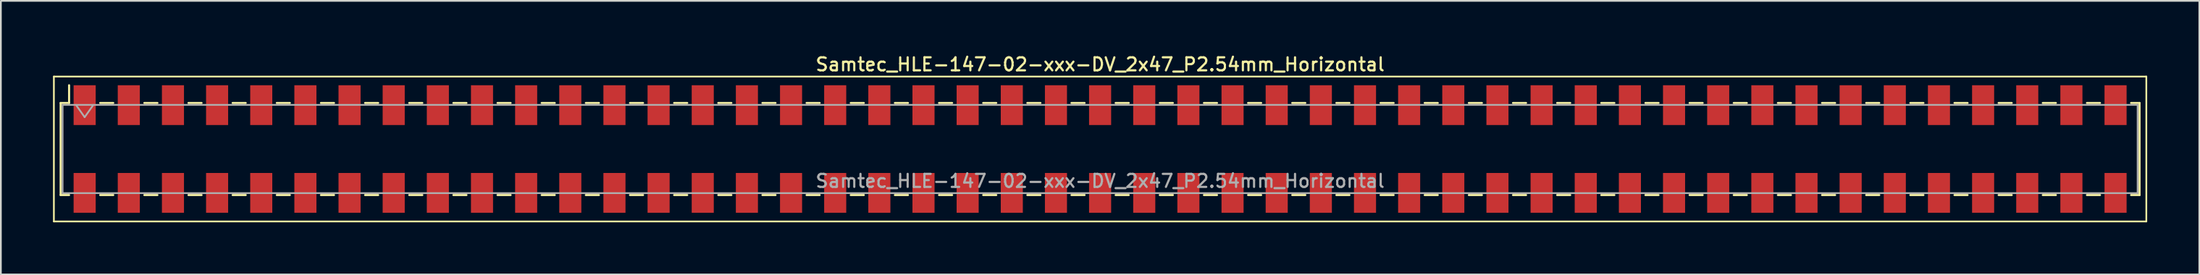
<source format=kicad_pcb>
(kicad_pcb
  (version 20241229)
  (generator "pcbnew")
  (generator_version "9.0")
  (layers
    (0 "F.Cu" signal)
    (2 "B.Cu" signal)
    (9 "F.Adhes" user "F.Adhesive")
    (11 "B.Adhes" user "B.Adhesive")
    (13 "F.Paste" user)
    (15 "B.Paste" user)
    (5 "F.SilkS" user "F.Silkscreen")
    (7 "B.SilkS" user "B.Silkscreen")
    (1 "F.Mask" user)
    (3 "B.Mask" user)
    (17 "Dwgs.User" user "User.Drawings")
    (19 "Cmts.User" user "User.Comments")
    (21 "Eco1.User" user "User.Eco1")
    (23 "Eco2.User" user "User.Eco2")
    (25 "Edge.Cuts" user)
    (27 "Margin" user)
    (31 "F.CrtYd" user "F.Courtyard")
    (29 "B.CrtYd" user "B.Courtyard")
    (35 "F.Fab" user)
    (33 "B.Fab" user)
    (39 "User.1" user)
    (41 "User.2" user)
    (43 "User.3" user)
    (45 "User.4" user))
  (footprint "Samtec_HLE-147-02-xxx-DV_2x47_P2.54mm_Horizontal"
    (layer "F.Cu")
    (at 60.24 5.528)
    (property "Reference" "Samtec_HLE-147-02-xxx-DV_2x47_P2.54mm_Horizontal" (at 0 -4.87 0) (layer "F.SilkS") (effects (font (size 0.75 0.75) (thickness 0.125))))
    (attr smd)
    (fp_line (start -60.19 -4.17) (end 60.19 -4.17) (stroke (width 0.1) (type solid)) (layer "F.SilkS"))
    (fp_line (start -60.19 4.17) (end -60.19 -4.17) (stroke (width 0.1) (type solid)) (layer "F.SilkS"))
    (fp_line (start -59.8 -2.65) (end -59.8 2.65) (stroke (width 0.12) (type solid)) (layer "F.SilkS"))
    (fp_line (start -59.8 2.65) (end -59.315 2.65) (stroke (width 0.12) (type solid)) (layer "F.SilkS"))
    (fp_line (start -59.315 -3.67) (end -59.315 -2.65) (stroke (width 0.12) (type solid)) (layer "F.SilkS"))
    (fp_line (start -59.315 -2.65) (end -59.8 -2.65) (stroke (width 0.12) (type solid)) (layer "F.SilkS"))
    (fp_line (start -57.525 -2.65) (end -56.775 -2.65) (stroke (width 0.12) (type solid)) (layer "F.SilkS"))
    (fp_line (start -57.525 2.65) (end -56.775 2.65) (stroke (width 0.12) (type solid)) (layer "F.SilkS"))
    (fp_line (start -54.985 -2.65) (end -54.235 -2.65) (stroke (width 0.12) (type solid)) (layer "F.SilkS"))
    (fp_line (start -54.985 2.65) (end -54.235 2.65) (stroke (width 0.12) (type solid)) (layer "F.SilkS"))
    (fp_line (start -52.445 -2.65) (end -51.695 -2.65) (stroke (width 0.12) (type solid)) (layer "F.SilkS"))
    (fp_line (start -52.445 2.65) (end -51.695 2.65) (stroke (width 0.12) (type solid)) (layer "F.SilkS"))
    (fp_line (start -49.905 -2.65) (end -49.155 -2.65) (stroke (width 0.12) (type solid)) (layer "F.SilkS"))
    (fp_line (start -49.905 2.65) (end -49.155 2.65) (stroke (width 0.12) (type solid)) (layer "F.SilkS"))
    (fp_line (start -47.365 -2.65) (end -46.615 -2.65) (stroke (width 0.12) (type solid)) (layer "F.SilkS"))
    (fp_line (start -47.365 2.65) (end -46.615 2.65) (stroke (width 0.12) (type solid)) (layer "F.SilkS"))
    (fp_line (start -44.825 -2.65) (end -44.075 -2.65) (stroke (width 0.12) (type solid)) (layer "F.SilkS"))
    (fp_line (start -44.825 2.65) (end -44.075 2.65) (stroke (width 0.12) (type solid)) (layer "F.SilkS"))
    (fp_line (start -42.285 -2.65) (end -41.535 -2.65) (stroke (width 0.12) (type solid)) (layer "F.SilkS"))
    (fp_line (start -42.285 2.65) (end -41.535 2.65) (stroke (width 0.12) (type solid)) (layer "F.SilkS"))
    (fp_line (start -39.745 -2.65) (end -38.995 -2.65) (stroke (width 0.12) (type solid)) (layer "F.SilkS"))
    (fp_line (start -39.745 2.65) (end -38.995 2.65) (stroke (width 0.12) (type solid)) (layer "F.SilkS"))
    (fp_line (start -37.205 -2.65) (end -36.455 -2.65) (stroke (width 0.12) (type solid)) (layer "F.SilkS"))
    (fp_line (start -37.205 2.65) (end -36.455 2.65) (stroke (width 0.12) (type solid)) (layer "F.SilkS"))
    (fp_line (start -34.665 -2.65) (end -33.915 -2.65) (stroke (width 0.12) (type solid)) (layer "F.SilkS"))
    (fp_line (start -34.665 2.65) (end -33.915 2.65) (stroke (width 0.12) (type solid)) (layer "F.SilkS"))
    (fp_line (start -32.125 -2.65) (end -31.375 -2.65) (stroke (width 0.12) (type solid)) (layer "F.SilkS"))
    (fp_line (start -32.125 2.65) (end -31.375 2.65) (stroke (width 0.12) (type solid)) (layer "F.SilkS"))
    (fp_line (start -29.585 -2.65) (end -28.835 -2.65) (stroke (width 0.12) (type solid)) (layer "F.SilkS"))
    (fp_line (start -29.585 2.65) (end -28.835 2.65) (stroke (width 0.12) (type solid)) (layer "F.SilkS"))
    (fp_line (start -27.045 -2.65) (end -26.295 -2.65) (stroke (width 0.12) (type solid)) (layer "F.SilkS"))
    (fp_line (start -27.045 2.65) (end -26.295 2.65) (stroke (width 0.12) (type solid)) (layer "F.SilkS"))
    (fp_line (start -24.505 -2.65) (end -23.755 -2.65) (stroke (width 0.12) (type solid)) (layer "F.SilkS"))
    (fp_line (start -24.505 2.65) (end -23.755 2.65) (stroke (width 0.12) (type solid)) (layer "F.SilkS"))
    (fp_line (start -21.965 -2.65) (end -21.215 -2.65) (stroke (width 0.12) (type solid)) (layer "F.SilkS"))
    (fp_line (start -21.965 2.65) (end -21.215 2.65) (stroke (width 0.12) (type solid)) (layer "F.SilkS"))
    (fp_line (start -19.425 -2.65) (end -18.675 -2.65) (stroke (width 0.12) (type solid)) (layer "F.SilkS"))
    (fp_line (start -19.425 2.65) (end -18.675 2.65) (stroke (width 0.12) (type solid)) (layer "F.SilkS"))
    (fp_line (start -16.885 -2.65) (end -16.135 -2.65) (stroke (width 0.12) (type solid)) (layer "F.SilkS"))
    (fp_line (start -16.885 2.65) (end -16.135 2.65) (stroke (width 0.12) (type solid)) (layer "F.SilkS"))
    (fp_line (start -14.345 -2.65) (end -13.595 -2.65) (stroke (width 0.12) (type solid)) (layer "F.SilkS"))
    (fp_line (start -14.345 2.65) (end -13.595 2.65) (stroke (width 0.12) (type solid)) (layer "F.SilkS"))
    (fp_line (start -11.805 -2.65) (end -11.055 -2.65) (stroke (width 0.12) (type solid)) (layer "F.SilkS"))
    (fp_line (start -11.805 2.65) (end -11.055 2.65) (stroke (width 0.12) (type solid)) (layer "F.SilkS"))
    (fp_line (start -9.265 -2.65) (end -8.515 -2.65) (stroke (width 0.12) (type solid)) (layer "F.SilkS"))
    (fp_line (start -9.265 2.65) (end -8.515 2.65) (stroke (width 0.12) (type solid)) (layer "F.SilkS"))
    (fp_line (start -6.725 -2.65) (end -5.975 -2.65) (stroke (width 0.12) (type solid)) (layer "F.SilkS"))
    (fp_line (start -6.725 2.65) (end -5.975 2.65) (stroke (width 0.12) (type solid)) (layer "F.SilkS"))
    (fp_line (start -4.185 -2.65) (end -3.435 -2.65) (stroke (width 0.12) (type solid)) (layer "F.SilkS"))
    (fp_line (start -4.185 2.65) (end -3.435 2.65) (stroke (width 0.12) (type solid)) (layer "F.SilkS"))
    (fp_line (start -1.645 -2.65) (end -0.895 -2.65) (stroke (width 0.12) (type solid)) (layer "F.SilkS"))
    (fp_line (start -1.645 2.65) (end -0.895 2.65) (stroke (width 0.12) (type solid)) (layer "F.SilkS"))
    (fp_line (start 0.895 -2.65) (end 1.645 -2.65) (stroke (width 0.12) (type solid)) (layer "F.SilkS"))
    (fp_line (start 0.895 2.65) (end 1.645 2.65) (stroke (width 0.12) (type solid)) (layer "F.SilkS"))
    (fp_line (start 3.435 -2.65) (end 4.185 -2.65) (stroke (width 0.12) (type solid)) (layer "F.SilkS"))
    (fp_line (start 3.435 2.65) (end 4.185 2.65) (stroke (width 0.12) (type solid)) (layer "F.SilkS"))
    (fp_line (start 5.975 -2.65) (end 6.725 -2.65) (stroke (width 0.12) (type solid)) (layer "F.SilkS"))
    (fp_line (start 5.975 2.65) (end 6.725 2.65) (stroke (width 0.12) (type solid)) (layer "F.SilkS"))
    (fp_line (start 8.515 -2.65) (end 9.265 -2.65) (stroke (width 0.12) (type solid)) (layer "F.SilkS"))
    (fp_line (start 8.515 2.65) (end 9.265 2.65) (stroke (width 0.12) (type solid)) (layer "F.SilkS"))
    (fp_line (start 11.055 -2.65) (end 11.805 -2.65) (stroke (width 0.12) (type solid)) (layer "F.SilkS"))
    (fp_line (start 11.055 2.65) (end 11.805 2.65) (stroke (width 0.12) (type solid)) (layer "F.SilkS"))
    (fp_line (start 13.595 -2.65) (end 14.345 -2.65) (stroke (width 0.12) (type solid)) (layer "F.SilkS"))
    (fp_line (start 13.595 2.65) (end 14.345 2.65) (stroke (width 0.12) (type solid)) (layer "F.SilkS"))
    (fp_line (start 16.135 -2.65) (end 16.885 -2.65) (stroke (width 0.12) (type solid)) (layer "F.SilkS"))
    (fp_line (start 16.135 2.65) (end 16.885 2.65) (stroke (width 0.12) (type solid)) (layer "F.SilkS"))
    (fp_line (start 18.675 -2.65) (end 19.425 -2.65) (stroke (width 0.12) (type solid)) (layer "F.SilkS"))
    (fp_line (start 18.675 2.65) (end 19.425 2.65) (stroke (width 0.12) (type solid)) (layer "F.SilkS"))
    (fp_line (start 21.215 -2.65) (end 21.965 -2.65) (stroke (width 0.12) (type solid)) (layer "F.SilkS"))
    (fp_line (start 21.215 2.65) (end 21.965 2.65) (stroke (width 0.12) (type solid)) (layer "F.SilkS"))
    (fp_line (start 23.755 -2.65) (end 24.505 -2.65) (stroke (width 0.12) (type solid)) (layer "F.SilkS"))
    (fp_line (start 23.755 2.65) (end 24.505 2.65) (stroke (width 0.12) (type solid)) (layer "F.SilkS"))
    (fp_line (start 26.295 -2.65) (end 27.045 -2.65) (stroke (width 0.12) (type solid)) (layer "F.SilkS"))
    (fp_line (start 26.295 2.65) (end 27.045 2.65) (stroke (width 0.12) (type solid)) (layer "F.SilkS"))
    (fp_line (start 28.835 -2.65) (end 29.585 -2.65) (stroke (width 0.12) (type solid)) (layer "F.SilkS"))
    (fp_line (start 28.835 2.65) (end 29.585 2.65) (stroke (width 0.12) (type solid)) (layer "F.SilkS"))
    (fp_line (start 31.375 -2.65) (end 32.125 -2.65) (stroke (width 0.12) (type solid)) (layer "F.SilkS"))
    (fp_line (start 31.375 2.65) (end 32.125 2.65) (stroke (width 0.12) (type solid)) (layer "F.SilkS"))
    (fp_line (start 33.915 -2.65) (end 34.665 -2.65) (stroke (width 0.12) (type solid)) (layer "F.SilkS"))
    (fp_line (start 33.915 2.65) (end 34.665 2.65) (stroke (width 0.12) (type solid)) (layer "F.SilkS"))
    (fp_line (start 36.455 -2.65) (end 37.205 -2.65) (stroke (width 0.12) (type solid)) (layer "F.SilkS"))
    (fp_line (start 36.455 2.65) (end 37.205 2.65) (stroke (width 0.12) (type solid)) (layer "F.SilkS"))
    (fp_line (start 38.995 -2.65) (end 39.745 -2.65) (stroke (width 0.12) (type solid)) (layer "F.SilkS"))
    (fp_line (start 38.995 2.65) (end 39.745 2.65) (stroke (width 0.12) (type solid)) (layer "F.SilkS"))
    (fp_line (start 41.535 -2.65) (end 42.285 -2.65) (stroke (width 0.12) (type solid)) (layer "F.SilkS"))
    (fp_line (start 41.535 2.65) (end 42.285 2.65) (stroke (width 0.12) (type solid)) (layer "F.SilkS"))
    (fp_line (start 44.075 -2.65) (end 44.825 -2.65) (stroke (width 0.12) (type solid)) (layer "F.SilkS"))
    (fp_line (start 44.075 2.65) (end 44.825 2.65) (stroke (width 0.12) (type solid)) (layer "F.SilkS"))
    (fp_line (start 46.615 -2.65) (end 47.365 -2.65) (stroke (width 0.12) (type solid)) (layer "F.SilkS"))
    (fp_line (start 46.615 2.65) (end 47.365 2.65) (stroke (width 0.12) (type solid)) (layer "F.SilkS"))
    (fp_line (start 49.155 -2.65) (end 49.905 -2.65) (stroke (width 0.12) (type solid)) (layer "F.SilkS"))
    (fp_line (start 49.155 2.65) (end 49.905 2.65) (stroke (width 0.12) (type solid)) (layer "F.SilkS"))
    (fp_line (start 51.695 -2.65) (end 52.445 -2.65) (stroke (width 0.12) (type solid)) (layer "F.SilkS"))
    (fp_line (start 51.695 2.65) (end 52.445 2.65) (stroke (width 0.12) (type solid)) (layer "F.SilkS"))
    (fp_line (start 54.235 -2.65) (end 54.985 -2.65) (stroke (width 0.12) (type solid)) (layer "F.SilkS"))
    (fp_line (start 54.235 2.65) (end 54.985 2.65) (stroke (width 0.12) (type solid)) (layer "F.SilkS"))
    (fp_line (start 56.775 -2.65) (end 57.525 -2.65) (stroke (width 0.12) (type solid)) (layer "F.SilkS"))
    (fp_line (start 56.775 2.65) (end 57.525 2.65) (stroke (width 0.12) (type solid)) (layer "F.SilkS"))
    (fp_line (start 59.315 -2.65) (end 59.8 -2.65) (stroke (width 0.12) (type solid)) (layer "F.SilkS"))
    (fp_line (start 59.8 -2.65) (end 59.8 2.65) (stroke (width 0.12) (type solid)) (layer "F.SilkS"))
    (fp_line (start 59.8 2.65) (end 59.315 2.65) (stroke (width 0.12) (type solid)) (layer "F.SilkS"))
    (fp_line (start 60.19 -4.17) (end 60.19 4.17) (stroke (width 0.1) (type solid)) (layer "F.SilkS"))
    (fp_line (start 60.19 4.17) (end -60.19 4.17) (stroke (width 0.1) (type solid)) (layer "F.SilkS"))
    (fp_line (start -59.69 -2.54) (end 59.69 -2.54) (stroke (width 0.1) (type solid)) (layer "F.Fab"))
    (fp_line (start -59.69 2.54) (end -59.69 -2.54) (stroke (width 0.1) (type solid)) (layer "F.Fab"))
    (fp_line (start -58.92 -2.54) (end -58.42 -1.833) (stroke (width 0.1) (type solid)) (layer "F.Fab"))
    (fp_line (start -58.42 -1.833) (end -57.92 -2.54) (stroke (width 0.1) (type solid)) (layer "F.Fab"))
    (fp_line (start 59.69 -2.54) (end 59.69 2.54) (stroke (width 0.1) (type solid)) (layer "F.Fab"))
    (fp_line (start 59.69 2.54) (end -59.69 2.54) (stroke (width 0.1) (type solid)) (layer "F.Fab"))
    (fp_text user "${REFERENCE}" (at 0 1.84 0) (layer "F.Fab") (effects (font (size 0.75 0.75) (thickness 0.125))))
    (pad "1" smd rect (at -58.42 -2.525) (size 1.27 2.29) (layers "F.Cu" "F.Mask" "F.Paste"))
    (pad "2" smd rect (at -58.42 2.525) (size 1.27 2.29) (layers "F.Cu" "F.Mask" "F.Paste"))
    (pad "3" smd rect (at -55.88 -2.525) (size 1.27 2.29) (layers "F.Cu" "F.Mask" "F.Paste"))
    (pad "4" smd rect (at -55.88 2.525) (size 1.27 2.29) (layers "F.Cu" "F.Mask" "F.Paste"))
    (pad "5" smd rect (at -53.34 -2.525) (size 1.27 2.29) (layers "F.Cu" "F.Mask" "F.Paste"))
    (pad "6" smd rect (at -53.34 2.525) (size 1.27 2.29) (layers "F.Cu" "F.Mask" "F.Paste"))
    (pad "7" smd rect (at -50.8 -2.525) (size 1.27 2.29) (layers "F.Cu" "F.Mask" "F.Paste"))
    (pad "8" smd rect (at -50.8 2.525) (size 1.27 2.29) (layers "F.Cu" "F.Mask" "F.Paste"))
    (pad "9" smd rect (at -48.26 -2.525) (size 1.27 2.29) (layers "F.Cu" "F.Mask" "F.Paste"))
    (pad "10" smd rect (at -48.26 2.525) (size 1.27 2.29) (layers "F.Cu" "F.Mask" "F.Paste"))
    (pad "11" smd rect (at -45.72 -2.525) (size 1.27 2.29) (layers "F.Cu" "F.Mask" "F.Paste"))
    (pad "12" smd rect (at -45.72 2.525) (size 1.27 2.29) (layers "F.Cu" "F.Mask" "F.Paste"))
    (pad "13" smd rect (at -43.18 -2.525) (size 1.27 2.29) (layers "F.Cu" "F.Mask" "F.Paste"))
    (pad "14" smd rect (at -43.18 2.525) (size 1.27 2.29) (layers "F.Cu" "F.Mask" "F.Paste"))
    (pad "15" smd rect (at -40.64 -2.525) (size 1.27 2.29) (layers "F.Cu" "F.Mask" "F.Paste"))
    (pad "16" smd rect (at -40.64 2.525) (size 1.27 2.29) (layers "F.Cu" "F.Mask" "F.Paste"))
    (pad "17" smd rect (at -38.1 -2.525) (size 1.27 2.29) (layers "F.Cu" "F.Mask" "F.Paste"))
    (pad "18" smd rect (at -38.1 2.525) (size 1.27 2.29) (layers "F.Cu" "F.Mask" "F.Paste"))
    (pad "19" smd rect (at -35.56 -2.525) (size 1.27 2.29) (layers "F.Cu" "F.Mask" "F.Paste"))
    (pad "20" smd rect (at -35.56 2.525) (size 1.27 2.29) (layers "F.Cu" "F.Mask" "F.Paste"))
    (pad "21" smd rect (at -33.02 -2.525) (size 1.27 2.29) (layers "F.Cu" "F.Mask" "F.Paste"))
    (pad "22" smd rect (at -33.02 2.525) (size 1.27 2.29) (layers "F.Cu" "F.Mask" "F.Paste"))
    (pad "23" smd rect (at -30.48 -2.525) (size 1.27 2.29) (layers "F.Cu" "F.Mask" "F.Paste"))
    (pad "24" smd rect (at -30.48 2.525) (size 1.27 2.29) (layers "F.Cu" "F.Mask" "F.Paste"))
    (pad "25" smd rect (at -27.94 -2.525) (size 1.27 2.29) (layers "F.Cu" "F.Mask" "F.Paste"))
    (pad "26" smd rect (at -27.94 2.525) (size 1.27 2.29) (layers "F.Cu" "F.Mask" "F.Paste"))
    (pad "27" smd rect (at -25.4 -2.525) (size 1.27 2.29) (layers "F.Cu" "F.Mask" "F.Paste"))
    (pad "28" smd rect (at -25.4 2.525) (size 1.27 2.29) (layers "F.Cu" "F.Mask" "F.Paste"))
    (pad "29" smd rect (at -22.86 -2.525) (size 1.27 2.29) (layers "F.Cu" "F.Mask" "F.Paste"))
    (pad "30" smd rect (at -22.86 2.525) (size 1.27 2.29) (layers "F.Cu" "F.Mask" "F.Paste"))
    (pad "31" smd rect (at -20.32 -2.525) (size 1.27 2.29) (layers "F.Cu" "F.Mask" "F.Paste"))
    (pad "32" smd rect (at -20.32 2.525) (size 1.27 2.29) (layers "F.Cu" "F.Mask" "F.Paste"))
    (pad "33" smd rect (at -17.78 -2.525) (size 1.27 2.29) (layers "F.Cu" "F.Mask" "F.Paste"))
    (pad "34" smd rect (at -17.78 2.525) (size 1.27 2.29) (layers "F.Cu" "F.Mask" "F.Paste"))
    (pad "35" smd rect (at -15.24 -2.525) (size 1.27 2.29) (layers "F.Cu" "F.Mask" "F.Paste"))
    (pad "36" smd rect (at -15.24 2.525) (size 1.27 2.29) (layers "F.Cu" "F.Mask" "F.Paste"))
    (pad "37" smd rect (at -12.7 -2.525) (size 1.27 2.29) (layers "F.Cu" "F.Mask" "F.Paste"))
    (pad "38" smd rect (at -12.7 2.525) (size 1.27 2.29) (layers "F.Cu" "F.Mask" "F.Paste"))
    (pad "39" smd rect (at -10.16 -2.525) (size 1.27 2.29) (layers "F.Cu" "F.Mask" "F.Paste"))
    (pad "40" smd rect (at -10.16 2.525) (size 1.27 2.29) (layers "F.Cu" "F.Mask" "F.Paste"))
    (pad "41" smd rect (at -7.62 -2.525) (size 1.27 2.29) (layers "F.Cu" "F.Mask" "F.Paste"))
    (pad "42" smd rect (at -7.62 2.525) (size 1.27 2.29) (layers "F.Cu" "F.Mask" "F.Paste"))
    (pad "43" smd rect (at -5.08 -2.525) (size 1.27 2.29) (layers "F.Cu" "F.Mask" "F.Paste"))
    (pad "44" smd rect (at -5.08 2.525) (size 1.27 2.29) (layers "F.Cu" "F.Mask" "F.Paste"))
    (pad "45" smd rect (at -2.54 -2.525) (size 1.27 2.29) (layers "F.Cu" "F.Mask" "F.Paste"))
    (pad "46" smd rect (at -2.54 2.525) (size 1.27 2.29) (layers "F.Cu" "F.Mask" "F.Paste"))
    (pad "47" smd rect (at 0 -2.525) (size 1.27 2.29) (layers "F.Cu" "F.Mask" "F.Paste"))
    (pad "48" smd rect (at 0 2.525) (size 1.27 2.29) (layers "F.Cu" "F.Mask" "F.Paste"))
    (pad "49" smd rect (at 2.54 -2.525) (size 1.27 2.29) (layers "F.Cu" "F.Mask" "F.Paste"))
    (pad "50" smd rect (at 2.54 2.525) (size 1.27 2.29) (layers "F.Cu" "F.Mask" "F.Paste"))
    (pad "51" smd rect (at 5.08 -2.525) (size 1.27 2.29) (layers "F.Cu" "F.Mask" "F.Paste"))
    (pad "52" smd rect (at 5.08 2.525) (size 1.27 2.29) (layers "F.Cu" "F.Mask" "F.Paste"))
    (pad "53" smd rect (at 7.62 -2.525) (size 1.27 2.29) (layers "F.Cu" "F.Mask" "F.Paste"))
    (pad "54" smd rect (at 7.62 2.525) (size 1.27 2.29) (layers "F.Cu" "F.Mask" "F.Paste"))
    (pad "55" smd rect (at 10.16 -2.525) (size 1.27 2.29) (layers "F.Cu" "F.Mask" "F.Paste"))
    (pad "56" smd rect (at 10.16 2.525) (size 1.27 2.29) (layers "F.Cu" "F.Mask" "F.Paste"))
    (pad "57" smd rect (at 12.7 -2.525) (size 1.27 2.29) (layers "F.Cu" "F.Mask" "F.Paste"))
    (pad "58" smd rect (at 12.7 2.525) (size 1.27 2.29) (layers "F.Cu" "F.Mask" "F.Paste"))
    (pad "59" smd rect (at 15.24 -2.525) (size 1.27 2.29) (layers "F.Cu" "F.Mask" "F.Paste"))
    (pad "60" smd rect (at 15.24 2.525) (size 1.27 2.29) (layers "F.Cu" "F.Mask" "F.Paste"))
    (pad "61" smd rect (at 17.78 -2.525) (size 1.27 2.29) (layers "F.Cu" "F.Mask" "F.Paste"))
    (pad "62" smd rect (at 17.78 2.525) (size 1.27 2.29) (layers "F.Cu" "F.Mask" "F.Paste"))
    (pad "63" smd rect (at 20.32 -2.525) (size 1.27 2.29) (layers "F.Cu" "F.Mask" "F.Paste"))
    (pad "64" smd rect (at 20.32 2.525) (size 1.27 2.29) (layers "F.Cu" "F.Mask" "F.Paste"))
    (pad "65" smd rect (at 22.86 -2.525) (size 1.27 2.29) (layers "F.Cu" "F.Mask" "F.Paste"))
    (pad "66" smd rect (at 22.86 2.525) (size 1.27 2.29) (layers "F.Cu" "F.Mask" "F.Paste"))
    (pad "67" smd rect (at 25.4 -2.525) (size 1.27 2.29) (layers "F.Cu" "F.Mask" "F.Paste"))
    (pad "68" smd rect (at 25.4 2.525) (size 1.27 2.29) (layers "F.Cu" "F.Mask" "F.Paste"))
    (pad "69" smd rect (at 27.94 -2.525) (size 1.27 2.29) (layers "F.Cu" "F.Mask" "F.Paste"))
    (pad "70" smd rect (at 27.94 2.525) (size 1.27 2.29) (layers "F.Cu" "F.Mask" "F.Paste"))
    (pad "71" smd rect (at 30.48 -2.525) (size 1.27 2.29) (layers "F.Cu" "F.Mask" "F.Paste"))
    (pad "72" smd rect (at 30.48 2.525) (size 1.27 2.29) (layers "F.Cu" "F.Mask" "F.Paste"))
    (pad "73" smd rect (at 33.02 -2.525) (size 1.27 2.29) (layers "F.Cu" "F.Mask" "F.Paste"))
    (pad "74" smd rect (at 33.02 2.525) (size 1.27 2.29) (layers "F.Cu" "F.Mask" "F.Paste"))
    (pad "75" smd rect (at 35.56 -2.525) (size 1.27 2.29) (layers "F.Cu" "F.Mask" "F.Paste"))
    (pad "76" smd rect (at 35.56 2.525) (size 1.27 2.29) (layers "F.Cu" "F.Mask" "F.Paste"))
    (pad "77" smd rect (at 38.1 -2.525) (size 1.27 2.29) (layers "F.Cu" "F.Mask" "F.Paste"))
    (pad "78" smd rect (at 38.1 2.525) (size 1.27 2.29) (layers "F.Cu" "F.Mask" "F.Paste"))
    (pad "79" smd rect (at 40.64 -2.525) (size 1.27 2.29) (layers "F.Cu" "F.Mask" "F.Paste"))
    (pad "80" smd rect (at 40.64 2.525) (size 1.27 2.29) (layers "F.Cu" "F.Mask" "F.Paste"))
    (pad "81" smd rect (at 43.18 -2.525) (size 1.27 2.29) (layers "F.Cu" "F.Mask" "F.Paste"))
    (pad "82" smd rect (at 43.18 2.525) (size 1.27 2.29) (layers "F.Cu" "F.Mask" "F.Paste"))
    (pad "83" smd rect (at 45.72 -2.525) (size 1.27 2.29) (layers "F.Cu" "F.Mask" "F.Paste"))
    (pad "84" smd rect (at 45.72 2.525) (size 1.27 2.29) (layers "F.Cu" "F.Mask" "F.Paste"))
    (pad "85" smd rect (at 48.26 -2.525) (size 1.27 2.29) (layers "F.Cu" "F.Mask" "F.Paste"))
    (pad "86" smd rect (at 48.26 2.525) (size 1.27 2.29) (layers "F.Cu" "F.Mask" "F.Paste"))
    (pad "87" smd rect (at 50.8 -2.525) (size 1.27 2.29) (layers "F.Cu" "F.Mask" "F.Paste"))
    (pad "88" smd rect (at 50.8 2.525) (size 1.27 2.29) (layers "F.Cu" "F.Mask" "F.Paste"))
    (pad "89" smd rect (at 53.34 -2.525) (size 1.27 2.29) (layers "F.Cu" "F.Mask" "F.Paste"))
    (pad "90" smd rect (at 53.34 2.525) (size 1.27 2.29) (layers "F.Cu" "F.Mask" "F.Paste"))
    (pad "91" smd rect (at 55.88 -2.525) (size 1.27 2.29) (layers "F.Cu" "F.Mask" "F.Paste"))
    (pad "92" smd rect (at 55.88 2.525) (size 1.27 2.29) (layers "F.Cu" "F.Mask" "F.Paste"))
    (pad "93" smd rect (at 58.42 -2.525) (size 1.27 2.29) (layers "F.Cu" "F.Mask" "F.Paste"))
    (pad "94" smd rect (at 58.42 2.525) (size 1.27 2.29) (layers "F.Cu" "F.Mask" "F.Paste")))
  (gr_rect
    (start -3 -3)
    (end 123.48 12.748)
    (stroke (width 0.1) (type default))
    (fill no)
    (layer "Edge.Cuts")))
</source>
